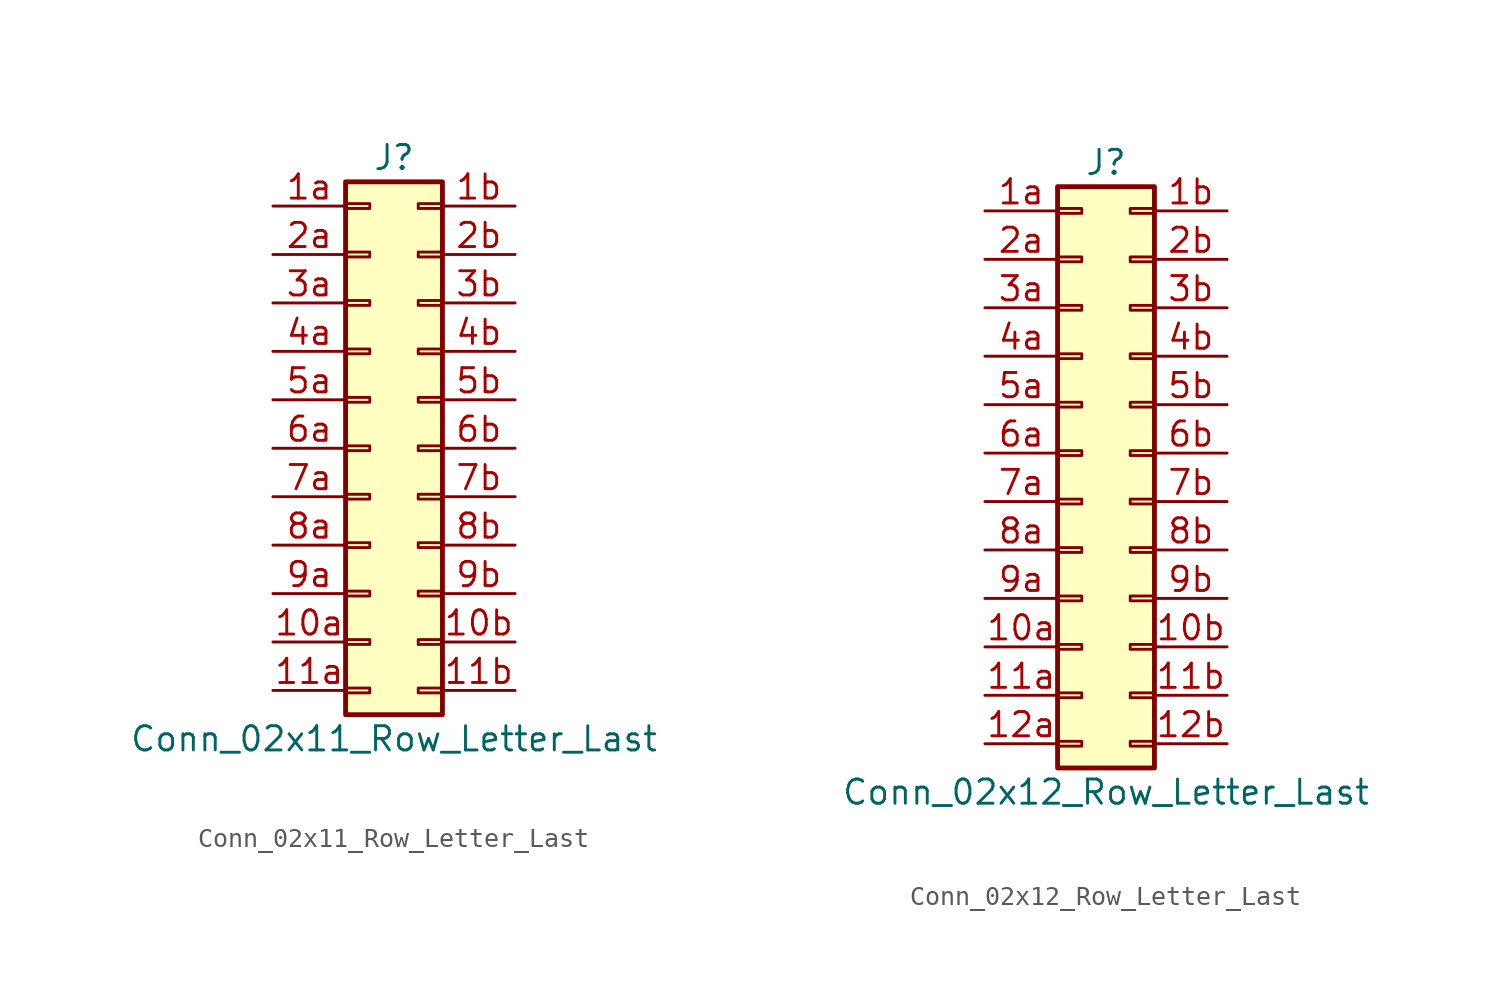
<source format=kicad_sym>
(kicad_symbol_lib
  (version 20201005)
  (generator kicad_symbol_editor)
  (symbol "Conn_02x11_Row_Letter_Last"
    (pin_names
      (offset 1.016) hide)
    (property "Reference" "J"
      (at 1.27 15.24 0)
      (effects (font (size 1.27 1.27))))
    (property "Value" "Conn_02x11_Row_Letter_Last"
      (at 1.27 -15.24 0)
      (effects (font (size 1.27 1.27))))
    (symbol "Conn_02x11_Row_Letter_Last_1_1"
      (rectangle (start -1.27 -12.573) (end 0 -12.827) (stroke (width 0.152)) (fill (type none)))
      (rectangle (start -1.27 -10.033) (end 0 -10.287) (stroke (width 0.152)) (fill (type none)))
      (rectangle (start -1.27 -7.493) (end 0 -7.747) (stroke (width 0.152)) (fill (type none)))
      (rectangle (start -1.27 -4.953) (end 0 -5.207) (stroke (width 0.152)) (fill (type none)))
      (rectangle (start -1.27 -2.413) (end 0 -2.667) (stroke (width 0.152)) (fill (type none)))
      (rectangle (start -1.27 0.127) (end 0 -0.127) (stroke (width 0.152)) (fill (type none)))
      (rectangle (start -1.27 2.667) (end 0 2.413) (stroke (width 0.152)) (fill (type none)))
      (rectangle (start -1.27 5.207) (end 0 4.953) (stroke (width 0.152)) (fill (type none)))
      (rectangle (start -1.27 7.747) (end 0 7.493) (stroke (width 0.152)) (fill (type none)))
      (rectangle (start -1.27 10.287) (end 0 10.033) (stroke (width 0.152)) (fill (type none)))
      (rectangle (start -1.27 12.827) (end 0 12.573) (stroke (width 0.152)) (fill (type none)))
      (rectangle (start 3.81 -12.573) (end 2.54 -12.827) (stroke (width 0.152)) (fill (type none)))
      (rectangle (start 3.81 -10.033) (end 2.54 -10.287) (stroke (width 0.152)) (fill (type none)))
      (rectangle (start 3.81 -7.493) (end 2.54 -7.747) (stroke (width 0.152)) (fill (type none)))
      (rectangle (start 3.81 -4.953) (end 2.54 -5.207) (stroke (width 0.152)) (fill (type none)))
      (rectangle (start 3.81 -2.413) (end 2.54 -2.667) (stroke (width 0.152)) (fill (type none)))
      (rectangle (start 3.81 0.127) (end 2.54 -0.127) (stroke (width 0.152)) (fill (type none)))
      (rectangle (start 3.81 2.667) (end 2.54 2.413) (stroke (width 0.152)) (fill (type none)))
      (rectangle (start 3.81 5.207) (end 2.54 4.953) (stroke (width 0.152)) (fill (type none)))
      (rectangle (start 3.81 7.747) (end 2.54 7.493) (stroke (width 0.152)) (fill (type none)))
      (rectangle (start 3.81 10.287) (end 2.54 10.033) (stroke (width 0.152)) (fill (type none)))
      (rectangle (start 3.81 12.827) (end 2.54 12.573) (stroke (width 0.152)) (fill (type none)))
      (rectangle (start -1.27 13.97) (end 3.81 -13.97) (stroke (width 0.254)) (fill (type background)))
      (pin passive line (at -5.08 -10.16 0) (length 3.81) (name "Pin_10a" (effects (font (size 1.27 1.27)))) (number "10a" (effects (font (size 1.27 1.27)))))
      (pin passive line (at 7.62 -10.16 180) (length 3.81) (name "Pin_10b" (effects (font (size 1.27 1.27)))) (number "10b" (effects (font (size 1.27 1.27)))))
      (pin passive line (at -5.08 -12.7 0) (length 3.81) (name "Pin_11a" (effects (font (size 1.27 1.27)))) (number "11a" (effects (font (size 1.27 1.27)))))
      (pin passive line (at 7.62 -12.7 180) (length 3.81) (name "Pin_11b" (effects (font (size 1.27 1.27)))) (number "11b" (effects (font (size 1.27 1.27)))))
      (pin passive line (at -5.08 12.7 0) (length 3.81) (name "Pin_1a" (effects (font (size 1.27 1.27)))) (number "1a" (effects (font (size 1.27 1.27)))))
      (pin passive line (at 7.62 12.7 180) (length 3.81) (name "Pin_1b" (effects (font (size 1.27 1.27)))) (number "1b" (effects (font (size 1.27 1.27)))))
      (pin passive line (at -5.08 10.16 0) (length 3.81) (name "Pin_2a" (effects (font (size 1.27 1.27)))) (number "2a" (effects (font (size 1.27 1.27)))))
      (pin passive line (at 7.62 10.16 180) (length 3.81) (name "Pin_2b" (effects (font (size 1.27 1.27)))) (number "2b" (effects (font (size 1.27 1.27)))))
      (pin passive line (at -5.08 7.62 0) (length 3.81) (name "Pin_3a" (effects (font (size 1.27 1.27)))) (number "3a" (effects (font (size 1.27 1.27)))))
      (pin passive line (at 7.62 7.62 180) (length 3.81) (name "Pin_3b" (effects (font (size 1.27 1.27)))) (number "3b" (effects (font (size 1.27 1.27)))))
      (pin passive line (at -5.08 5.08 0) (length 3.81) (name "Pin_4a" (effects (font (size 1.27 1.27)))) (number "4a" (effects (font (size 1.27 1.27)))))
      (pin passive line (at 7.62 5.08 180) (length 3.81) (name "Pin_4b" (effects (font (size 1.27 1.27)))) (number "4b" (effects (font (size 1.27 1.27)))))
      (pin passive line (at -5.08 2.54 0) (length 3.81) (name "Pin_5a" (effects (font (size 1.27 1.27)))) (number "5a" (effects (font (size 1.27 1.27)))))
      (pin passive line (at 7.62 2.54 180) (length 3.81) (name "Pin_5b" (effects (font (size 1.27 1.27)))) (number "5b" (effects (font (size 1.27 1.27)))))
      (pin passive line (at -5.08 0 0) (length 3.81) (name "Pin_6a" (effects (font (size 1.27 1.27)))) (number "6a" (effects (font (size 1.27 1.27)))))
      (pin passive line (at 7.62 0 180) (length 3.81) (name "Pin_6b" (effects (font (size 1.27 1.27)))) (number "6b" (effects (font (size 1.27 1.27)))))
      (pin passive line (at -5.08 -2.54 0) (length 3.81) (name "Pin_7a" (effects (font (size 1.27 1.27)))) (number "7a" (effects (font (size 1.27 1.27)))))
      (pin passive line (at 7.62 -2.54 180) (length 3.81) (name "Pin_7b" (effects (font (size 1.27 1.27)))) (number "7b" (effects (font (size 1.27 1.27)))))
      (pin passive line (at -5.08 -5.08 0) (length 3.81) (name "Pin_8a" (effects (font (size 1.27 1.27)))) (number "8a" (effects (font (size 1.27 1.27)))))
      (pin passive line (at 7.62 -5.08 180) (length 3.81) (name "Pin_8b" (effects (font (size 1.27 1.27)))) (number "8b" (effects (font (size 1.27 1.27)))))
      (pin passive line (at -5.08 -7.62 0) (length 3.81) (name "Pin_9a" (effects (font (size 1.27 1.27)))) (number "9a" (effects (font (size 1.27 1.27)))))
      (pin passive line (at 7.62 -7.62 180) (length 3.81) (name "Pin_9b" (effects (font (size 1.27 1.27)))) (number "9b" (effects (font (size 1.27 1.27)))))))
  (symbol "Conn_02x12_Row_Letter_Last"
    (pin_names
      (offset 1.016) hide)
    (property "Reference" "J"
      (at 1.27 15.24 0)
      (effects (font (size 1.27 1.27))))
    (property "Value" "Conn_02x12_Row_Letter_Last"
      (at 1.27 -17.78 0)
      (effects (font (size 1.27 1.27))))
    (symbol "Conn_02x12_Row_Letter_Last_1_1"
      (rectangle (start -1.27 -15.113) (end 0 -15.367) (stroke (width 0.152)) (fill (type none)))
      (rectangle (start -1.27 -12.573) (end 0 -12.827) (stroke (width 0.152)) (fill (type none)))
      (rectangle (start -1.27 -10.033) (end 0 -10.287) (stroke (width 0.152)) (fill (type none)))
      (rectangle (start -1.27 -7.493) (end 0 -7.747) (stroke (width 0.152)) (fill (type none)))
      (rectangle (start -1.27 -4.953) (end 0 -5.207) (stroke (width 0.152)) (fill (type none)))
      (rectangle (start -1.27 -2.413) (end 0 -2.667) (stroke (width 0.152)) (fill (type none)))
      (rectangle (start -1.27 0.127) (end 0 -0.127) (stroke (width 0.152)) (fill (type none)))
      (rectangle (start -1.27 2.667) (end 0 2.413) (stroke (width 0.152)) (fill (type none)))
      (rectangle (start -1.27 5.207) (end 0 4.953) (stroke (width 0.152)) (fill (type none)))
      (rectangle (start -1.27 7.747) (end 0 7.493) (stroke (width 0.152)) (fill (type none)))
      (rectangle (start -1.27 10.287) (end 0 10.033) (stroke (width 0.152)) (fill (type none)))
      (rectangle (start -1.27 12.827) (end 0 12.573) (stroke (width 0.152)) (fill (type none)))
      (rectangle (start 3.81 -15.113) (end 2.54 -15.367) (stroke (width 0.152)) (fill (type none)))
      (rectangle (start 3.81 -12.573) (end 2.54 -12.827) (stroke (width 0.152)) (fill (type none)))
      (rectangle (start 3.81 -10.033) (end 2.54 -10.287) (stroke (width 0.152)) (fill (type none)))
      (rectangle (start 3.81 -7.493) (end 2.54 -7.747) (stroke (width 0.152)) (fill (type none)))
      (rectangle (start 3.81 -4.953) (end 2.54 -5.207) (stroke (width 0.152)) (fill (type none)))
      (rectangle (start 3.81 -2.413) (end 2.54 -2.667) (stroke (width 0.152)) (fill (type none)))
      (rectangle (start 3.81 0.127) (end 2.54 -0.127) (stroke (width 0.152)) (fill (type none)))
      (rectangle (start 3.81 2.667) (end 2.54 2.413) (stroke (width 0.152)) (fill (type none)))
      (rectangle (start 3.81 5.207) (end 2.54 4.953) (stroke (width 0.152)) (fill (type none)))
      (rectangle (start 3.81 7.747) (end 2.54 7.493) (stroke (width 0.152)) (fill (type none)))
      (rectangle (start 3.81 10.287) (end 2.54 10.033) (stroke (width 0.152)) (fill (type none)))
      (rectangle (start 3.81 12.827) (end 2.54 12.573) (stroke (width 0.152)) (fill (type none)))
      (rectangle (start -1.27 13.97) (end 3.81 -16.51) (stroke (width 0.254)) (fill (type background)))
      (pin passive line (at -5.08 -10.16 0) (length 3.81) (name "Pin_10a" (effects (font (size 1.27 1.27)))) (number "10a" (effects (font (size 1.27 1.27)))))
      (pin passive line (at 7.62 -10.16 180) (length 3.81) (name "Pin_10b" (effects (font (size 1.27 1.27)))) (number "10b" (effects (font (size 1.27 1.27)))))
      (pin passive line (at -5.08 -12.7 0) (length 3.81) (name "Pin_11a" (effects (font (size 1.27 1.27)))) (number "11a" (effects (font (size 1.27 1.27)))))
      (pin passive line (at 7.62 -12.7 180) (length 3.81) (name "Pin_11b" (effects (font (size 1.27 1.27)))) (number "11b" (effects (font (size 1.27 1.27)))))
      (pin passive line (at -5.08 -15.24 0) (length 3.81) (name "Pin_12a" (effects (font (size 1.27 1.27)))) (number "12a" (effects (font (size 1.27 1.27)))))
      (pin passive line (at 7.62 -15.24 180) (length 3.81) (name "Pin_12b" (effects (font (size 1.27 1.27)))) (number "12b" (effects (font (size 1.27 1.27)))))
      (pin passive line (at -5.08 12.7 0) (length 3.81) (name "Pin_1a" (effects (font (size 1.27 1.27)))) (number "1a" (effects (font (size 1.27 1.27)))))
      (pin passive line (at 7.62 12.7 180) (length 3.81) (name "Pin_1b" (effects (font (size 1.27 1.27)))) (number "1b" (effects (font (size 1.27 1.27)))))
      (pin passive line (at -5.08 10.16 0) (length 3.81) (name "Pin_2a" (effects (font (size 1.27 1.27)))) (number "2a" (effects (font (size 1.27 1.27)))))
      (pin passive line (at 7.62 10.16 180) (length 3.81) (name "Pin_2b" (effects (font (size 1.27 1.27)))) (number "2b" (effects (font (size 1.27 1.27)))))
      (pin passive line (at -5.08 7.62 0) (length 3.81) (name "Pin_3a" (effects (font (size 1.27 1.27)))) (number "3a" (effects (font (size 1.27 1.27)))))
      (pin passive line (at 7.62 7.62 180) (length 3.81) (name "Pin_3b" (effects (font (size 1.27 1.27)))) (number "3b" (effects (font (size 1.27 1.27)))))
      (pin passive line (at -5.08 5.08 0) (length 3.81) (name "Pin_4a" (effects (font (size 1.27 1.27)))) (number "4a" (effects (font (size 1.27 1.27)))))
      (pin passive line (at 7.62 5.08 180) (length 3.81) (name "Pin_4b" (effects (font (size 1.27 1.27)))) (number "4b" (effects (font (size 1.27 1.27)))))
      (pin passive line (at -5.08 2.54 0) (length 3.81) (name "Pin_5a" (effects (font (size 1.27 1.27)))) (number "5a" (effects (font (size 1.27 1.27)))))
      (pin passive line (at 7.62 2.54 180) (length 3.81) (name "Pin_5b" (effects (font (size 1.27 1.27)))) (number "5b" (effects (font (size 1.27 1.27)))))
      (pin passive line (at -5.08 0 0) (length 3.81) (name "Pin_6a" (effects (font (size 1.27 1.27)))) (number "6a" (effects (font (size 1.27 1.27)))))
      (pin passive line (at 7.62 0 180) (length 3.81) (name "Pin_6b" (effects (font (size 1.27 1.27)))) (number "6b" (effects (font (size 1.27 1.27)))))
      (pin passive line (at -5.08 -2.54 0) (length 3.81) (name "Pin_7a" (effects (font (size 1.27 1.27)))) (number "7a" (effects (font (size 1.27 1.27)))))
      (pin passive line (at 7.62 -2.54 180) (length 3.81) (name "Pin_7b" (effects (font (size 1.27 1.27)))) (number "7b" (effects (font (size 1.27 1.27)))))
      (pin passive line (at -5.08 -5.08 0) (length 3.81) (name "Pin_8a" (effects (font (size 1.27 1.27)))) (number "8a" (effects (font (size 1.27 1.27)))))
      (pin passive line (at 7.62 -5.08 180) (length 3.81) (name "Pin_8b" (effects (font (size 1.27 1.27)))) (number "8b" (effects (font (size 1.27 1.27)))))
      (pin passive line (at -5.08 -7.62 0) (length 3.81) (name "Pin_9a" (effects (font (size 1.27 1.27)))) (number "9a" (effects (font (size 1.27 1.27)))))
      (pin passive line (at 7.62 -7.62 180) (length 3.81) (name "Pin_9b" (effects (font (size 1.27 1.27)))) (number "9b" (effects (font (size 1.27 1.27))))))))
</source>
